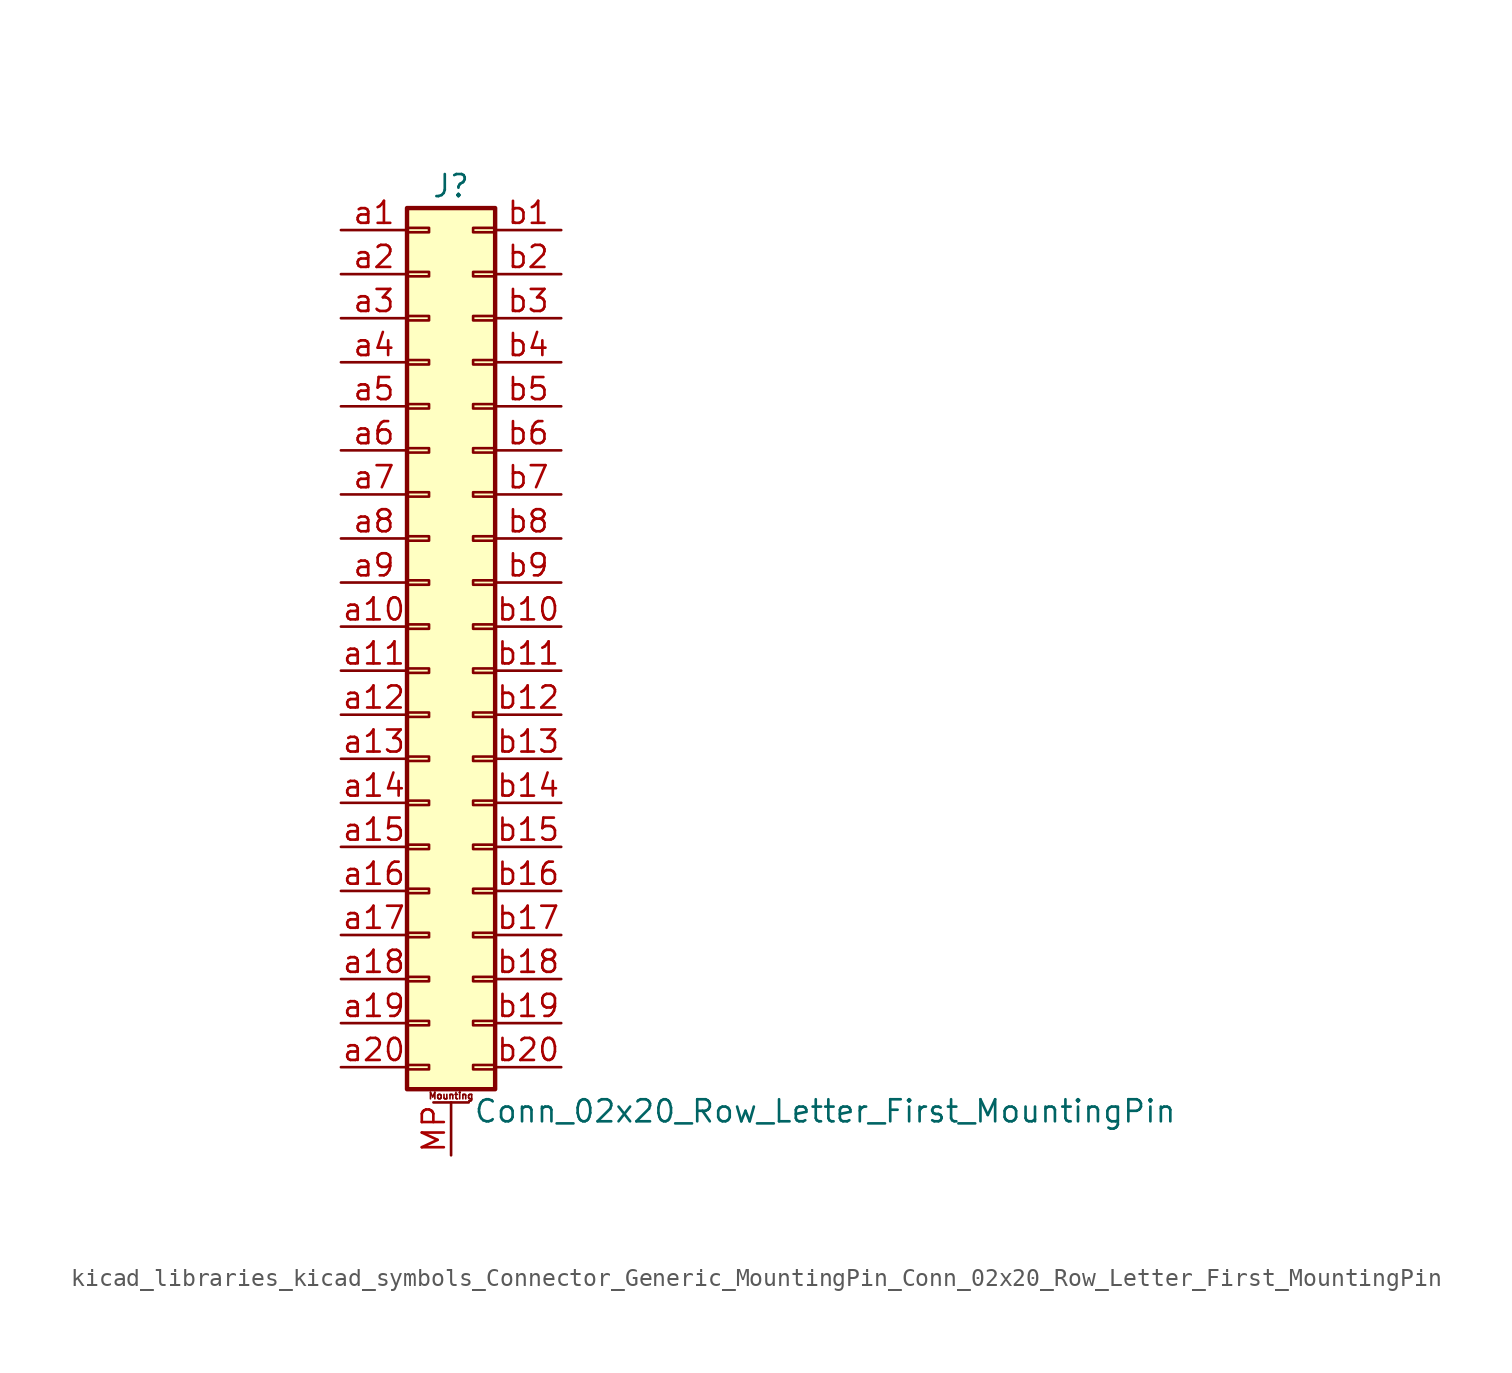
<source format=kicad_sym>
(kicad_symbol_lib
  (version 20220914)
  (generator kicad_symbol_editor)
  (symbol "kicad_libraries_kicad_symbols_Connector_Generic_MountingPin_Conn_02x20_Row_Letter_First_MountingPin"
    (pin_names
      (offset 1.016) hide)
    (property "Reference" "J"
      (at 1.27 25.4 0)
      (effects (font (size 1.27 1.27))))
    (property "Value" "Conn_02x20_Row_Letter_First_MountingPin"
      (at 2.54 -27.94 0)
      (effects (font (size 1.27 1.27)) (justify left)))
    (symbol "kicad_libraries_kicad_symbols_Connector_Generic_MountingPin_Conn_02x20_Row_Letter_First_MountingPin_1_1"
      (rectangle (start -1.27 -25.273) (end 0 -25.527) (stroke (width 0.152) (type default)) (fill (type none)))
      (rectangle (start -1.27 -22.733) (end 0 -22.987) (stroke (width 0.152) (type default)) (fill (type none)))
      (rectangle (start -1.27 -20.193) (end 0 -20.447) (stroke (width 0.152) (type default)) (fill (type none)))
      (rectangle (start -1.27 -17.653) (end 0 -17.907) (stroke (width 0.152) (type default)) (fill (type none)))
      (rectangle (start -1.27 -15.113) (end 0 -15.367) (stroke (width 0.152) (type default)) (fill (type none)))
      (rectangle (start -1.27 -12.573) (end 0 -12.827) (stroke (width 0.152) (type default)) (fill (type none)))
      (rectangle (start -1.27 -10.033) (end 0 -10.287) (stroke (width 0.152) (type default)) (fill (type none)))
      (rectangle (start -1.27 -7.493) (end 0 -7.747) (stroke (width 0.152) (type default)) (fill (type none)))
      (rectangle (start -1.27 -4.953) (end 0 -5.207) (stroke (width 0.152) (type default)) (fill (type none)))
      (rectangle (start -1.27 -2.413) (end 0 -2.667) (stroke (width 0.152) (type default)) (fill (type none)))
      (rectangle (start -1.27 0.127) (end 0 -0.127) (stroke (width 0.152) (type default)) (fill (type none)))
      (rectangle (start -1.27 2.667) (end 0 2.413) (stroke (width 0.152) (type default)) (fill (type none)))
      (rectangle (start -1.27 5.207) (end 0 4.953) (stroke (width 0.152) (type default)) (fill (type none)))
      (rectangle (start -1.27 7.747) (end 0 7.493) (stroke (width 0.152) (type default)) (fill (type none)))
      (rectangle (start -1.27 10.287) (end 0 10.033) (stroke (width 0.152) (type default)) (fill (type none)))
      (rectangle (start -1.27 12.827) (end 0 12.573) (stroke (width 0.152) (type default)) (fill (type none)))
      (rectangle (start -1.27 15.367) (end 0 15.113) (stroke (width 0.152) (type default)) (fill (type none)))
      (rectangle (start -1.27 17.907) (end 0 17.653) (stroke (width 0.152) (type default)) (fill (type none)))
      (rectangle (start -1.27 20.447) (end 0 20.193) (stroke (width 0.152) (type default)) (fill (type none)))
      (rectangle (start -1.27 22.987) (end 0 22.733) (stroke (width 0.152) (type default)) (fill (type none)))
      (rectangle (start -1.27 24.13) (end 3.81 -26.67) (stroke (width 0.254) (type default)) (fill (type background)))
      (polyline (pts (xy 0.254 -27.432) (xy 2.286 -27.432)) (stroke (width 0.152) (type default)) (fill (type none)))
      (rectangle (start 3.81 -25.273) (end 2.54 -25.527) (stroke (width 0.152) (type default)) (fill (type none)))
      (rectangle (start 3.81 -22.733) (end 2.54 -22.987) (stroke (width 0.152) (type default)) (fill (type none)))
      (rectangle (start 3.81 -20.193) (end 2.54 -20.447) (stroke (width 0.152) (type default)) (fill (type none)))
      (rectangle (start 3.81 -17.653) (end 2.54 -17.907) (stroke (width 0.152) (type default)) (fill (type none)))
      (rectangle (start 3.81 -15.113) (end 2.54 -15.367) (stroke (width 0.152) (type default)) (fill (type none)))
      (rectangle (start 3.81 -12.573) (end 2.54 -12.827) (stroke (width 0.152) (type default)) (fill (type none)))
      (rectangle (start 3.81 -10.033) (end 2.54 -10.287) (stroke (width 0.152) (type default)) (fill (type none)))
      (rectangle (start 3.81 -7.493) (end 2.54 -7.747) (stroke (width 0.152) (type default)) (fill (type none)))
      (rectangle (start 3.81 -4.953) (end 2.54 -5.207) (stroke (width 0.152) (type default)) (fill (type none)))
      (rectangle (start 3.81 -2.413) (end 2.54 -2.667) (stroke (width 0.152) (type default)) (fill (type none)))
      (rectangle (start 3.81 0.127) (end 2.54 -0.127) (stroke (width 0.152) (type default)) (fill (type none)))
      (rectangle (start 3.81 2.667) (end 2.54 2.413) (stroke (width 0.152) (type default)) (fill (type none)))
      (rectangle (start 3.81 5.207) (end 2.54 4.953) (stroke (width 0.152) (type default)) (fill (type none)))
      (rectangle (start 3.81 7.747) (end 2.54 7.493) (stroke (width 0.152) (type default)) (fill (type none)))
      (rectangle (start 3.81 10.287) (end 2.54 10.033) (stroke (width 0.152) (type default)) (fill (type none)))
      (rectangle (start 3.81 12.827) (end 2.54 12.573) (stroke (width 0.152) (type default)) (fill (type none)))
      (rectangle (start 3.81 15.367) (end 2.54 15.113) (stroke (width 0.152) (type default)) (fill (type none)))
      (rectangle (start 3.81 17.907) (end 2.54 17.653) (stroke (width 0.152) (type default)) (fill (type none)))
      (rectangle (start 3.81 20.447) (end 2.54 20.193) (stroke (width 0.152) (type default)) (fill (type none)))
      (rectangle (start 3.81 22.987) (end 2.54 22.733) (stroke (width 0.152) (type default)) (fill (type none)))
      (text "Mounting" (at 1.27 -27.051 0) (effects (font (size 0.381 0.381))))
      (pin passive line (at 1.27 -30.48 90) (length 3.048) (name "MountPin" (effects (font (size 1.27 1.27)))) (number "MP" (effects (font (size 1.27 1.27)))))
      (pin passive line (at -5.08 22.86 0) (length 3.81) (name "Pin_a1" (effects (font (size 1.27 1.27)))) (number "a1" (effects (font (size 1.27 1.27)))))
      (pin passive line (at -5.08 0 0) (length 3.81) (name "Pin_a10" (effects (font (size 1.27 1.27)))) (number "a10" (effects (font (size 1.27 1.27)))))
      (pin passive line (at -5.08 -2.54 0) (length 3.81) (name "Pin_a11" (effects (font (size 1.27 1.27)))) (number "a11" (effects (font (size 1.27 1.27)))))
      (pin passive line (at -5.08 -5.08 0) (length 3.81) (name "Pin_a12" (effects (font (size 1.27 1.27)))) (number "a12" (effects (font (size 1.27 1.27)))))
      (pin passive line (at -5.08 -7.62 0) (length 3.81) (name "Pin_a13" (effects (font (size 1.27 1.27)))) (number "a13" (effects (font (size 1.27 1.27)))))
      (pin passive line (at -5.08 -10.16 0) (length 3.81) (name "Pin_a14" (effects (font (size 1.27 1.27)))) (number "a14" (effects (font (size 1.27 1.27)))))
      (pin passive line (at -5.08 -12.7 0) (length 3.81) (name "Pin_a15" (effects (font (size 1.27 1.27)))) (number "a15" (effects (font (size 1.27 1.27)))))
      (pin passive line (at -5.08 -15.24 0) (length 3.81) (name "Pin_a16" (effects (font (size 1.27 1.27)))) (number "a16" (effects (font (size 1.27 1.27)))))
      (pin passive line (at -5.08 -17.78 0) (length 3.81) (name "Pin_a17" (effects (font (size 1.27 1.27)))) (number "a17" (effects (font (size 1.27 1.27)))))
      (pin passive line (at -5.08 -20.32 0) (length 3.81) (name "Pin_a18" (effects (font (size 1.27 1.27)))) (number "a18" (effects (font (size 1.27 1.27)))))
      (pin passive line (at -5.08 -22.86 0) (length 3.81) (name "Pin_a19" (effects (font (size 1.27 1.27)))) (number "a19" (effects (font (size 1.27 1.27)))))
      (pin passive line (at -5.08 20.32 0) (length 3.81) (name "Pin_a2" (effects (font (size 1.27 1.27)))) (number "a2" (effects (font (size 1.27 1.27)))))
      (pin passive line (at -5.08 -25.4 0) (length 3.81) (name "Pin_a20" (effects (font (size 1.27 1.27)))) (number "a20" (effects (font (size 1.27 1.27)))))
      (pin passive line (at -5.08 17.78 0) (length 3.81) (name "Pin_a3" (effects (font (size 1.27 1.27)))) (number "a3" (effects (font (size 1.27 1.27)))))
      (pin passive line (at -5.08 15.24 0) (length 3.81) (name "Pin_a4" (effects (font (size 1.27 1.27)))) (number "a4" (effects (font (size 1.27 1.27)))))
      (pin passive line (at -5.08 12.7 0) (length 3.81) (name "Pin_a5" (effects (font (size 1.27 1.27)))) (number "a5" (effects (font (size 1.27 1.27)))))
      (pin passive line (at -5.08 10.16 0) (length 3.81) (name "Pin_a6" (effects (font (size 1.27 1.27)))) (number "a6" (effects (font (size 1.27 1.27)))))
      (pin passive line (at -5.08 7.62 0) (length 3.81) (name "Pin_a7" (effects (font (size 1.27 1.27)))) (number "a7" (effects (font (size 1.27 1.27)))))
      (pin passive line (at -5.08 5.08 0) (length 3.81) (name "Pin_a8" (effects (font (size 1.27 1.27)))) (number "a8" (effects (font (size 1.27 1.27)))))
      (pin passive line (at -5.08 2.54 0) (length 3.81) (name "Pin_a9" (effects (font (size 1.27 1.27)))) (number "a9" (effects (font (size 1.27 1.27)))))
      (pin passive line (at 7.62 22.86 180) (length 3.81) (name "Pin_b1" (effects (font (size 1.27 1.27)))) (number "b1" (effects (font (size 1.27 1.27)))))
      (pin passive line (at 7.62 0 180) (length 3.81) (name "Pin_b10" (effects (font (size 1.27 1.27)))) (number "b10" (effects (font (size 1.27 1.27)))))
      (pin passive line (at 7.62 -2.54 180) (length 3.81) (name "Pin_b11" (effects (font (size 1.27 1.27)))) (number "b11" (effects (font (size 1.27 1.27)))))
      (pin passive line (at 7.62 -5.08 180) (length 3.81) (name "Pin_b12" (effects (font (size 1.27 1.27)))) (number "b12" (effects (font (size 1.27 1.27)))))
      (pin passive line (at 7.62 -7.62 180) (length 3.81) (name "Pin_b13" (effects (font (size 1.27 1.27)))) (number "b13" (effects (font (size 1.27 1.27)))))
      (pin passive line (at 7.62 -10.16 180) (length 3.81) (name "Pin_b14" (effects (font (size 1.27 1.27)))) (number "b14" (effects (font (size 1.27 1.27)))))
      (pin passive line (at 7.62 -12.7 180) (length 3.81) (name "Pin_b15" (effects (font (size 1.27 1.27)))) (number "b15" (effects (font (size 1.27 1.27)))))
      (pin passive line (at 7.62 -15.24 180) (length 3.81) (name "Pin_b16" (effects (font (size 1.27 1.27)))) (number "b16" (effects (font (size 1.27 1.27)))))
      (pin passive line (at 7.62 -17.78 180) (length 3.81) (name "Pin_b17" (effects (font (size 1.27 1.27)))) (number "b17" (effects (font (size 1.27 1.27)))))
      (pin passive line (at 7.62 -20.32 180) (length 3.81) (name "Pin_b18" (effects (font (size 1.27 1.27)))) (number "b18" (effects (font (size 1.27 1.27)))))
      (pin passive line (at 7.62 -22.86 180) (length 3.81) (name "Pin_b19" (effects (font (size 1.27 1.27)))) (number "b19" (effects (font (size 1.27 1.27)))))
      (pin passive line (at 7.62 20.32 180) (length 3.81) (name "Pin_b2" (effects (font (size 1.27 1.27)))) (number "b2" (effects (font (size 1.27 1.27)))))
      (pin passive line (at 7.62 -25.4 180) (length 3.81) (name "Pin_b20" (effects (font (size 1.27 1.27)))) (number "b20" (effects (font (size 1.27 1.27)))))
      (pin passive line (at 7.62 17.78 180) (length 3.81) (name "Pin_b3" (effects (font (size 1.27 1.27)))) (number "b3" (effects (font (size 1.27 1.27)))))
      (pin passive line (at 7.62 15.24 180) (length 3.81) (name "Pin_b4" (effects (font (size 1.27 1.27)))) (number "b4" (effects (font (size 1.27 1.27)))))
      (pin passive line (at 7.62 12.7 180) (length 3.81) (name "Pin_b5" (effects (font (size 1.27 1.27)))) (number "b5" (effects (font (size 1.27 1.27)))))
      (pin passive line (at 7.62 10.16 180) (length 3.81) (name "Pin_b6" (effects (font (size 1.27 1.27)))) (number "b6" (effects (font (size 1.27 1.27)))))
      (pin passive line (at 7.62 7.62 180) (length 3.81) (name "Pin_b7" (effects (font (size 1.27 1.27)))) (number "b7" (effects (font (size 1.27 1.27)))))
      (pin passive line (at 7.62 5.08 180) (length 3.81) (name "Pin_b8" (effects (font (size 1.27 1.27)))) (number "b8" (effects (font (size 1.27 1.27)))))
      (pin passive line (at 7.62 2.54 180) (length 3.81) (name "Pin_b9" (effects (font (size 1.27 1.27)))) (number "b9" (effects (font (size 1.27 1.27))))))))
</source>
